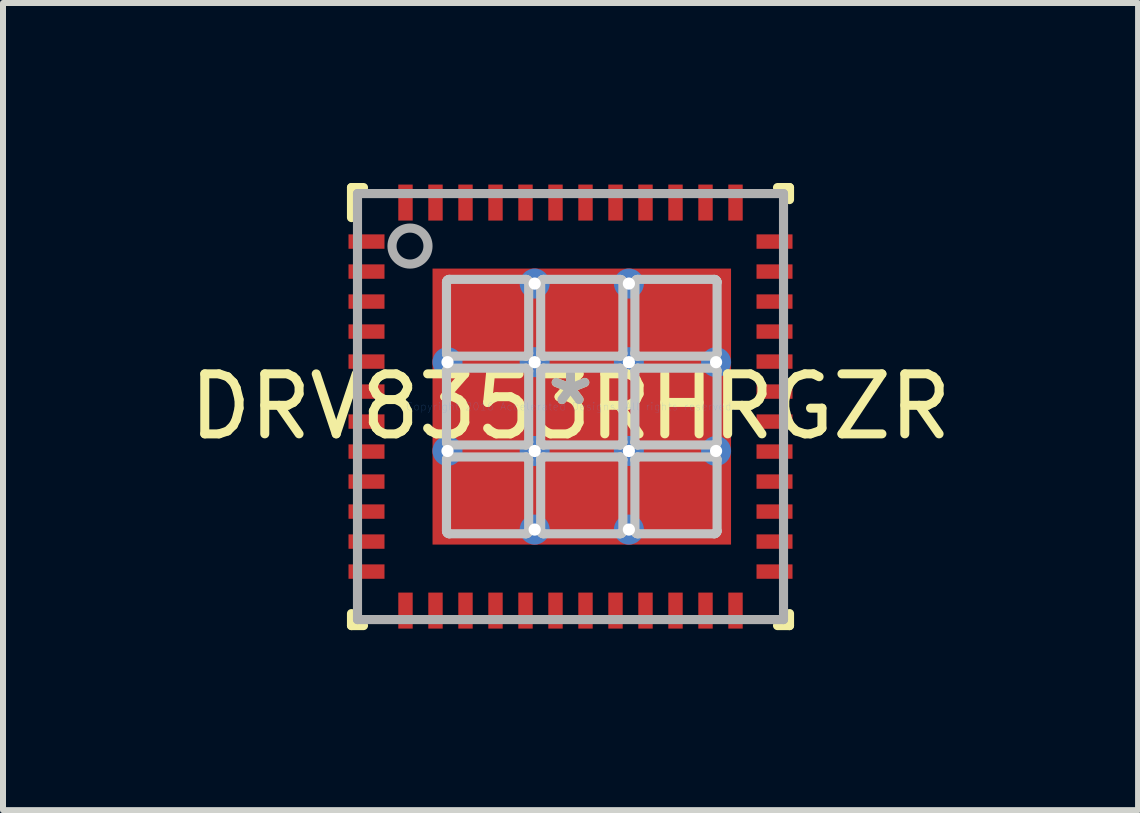
<source format=kicad_pcb>
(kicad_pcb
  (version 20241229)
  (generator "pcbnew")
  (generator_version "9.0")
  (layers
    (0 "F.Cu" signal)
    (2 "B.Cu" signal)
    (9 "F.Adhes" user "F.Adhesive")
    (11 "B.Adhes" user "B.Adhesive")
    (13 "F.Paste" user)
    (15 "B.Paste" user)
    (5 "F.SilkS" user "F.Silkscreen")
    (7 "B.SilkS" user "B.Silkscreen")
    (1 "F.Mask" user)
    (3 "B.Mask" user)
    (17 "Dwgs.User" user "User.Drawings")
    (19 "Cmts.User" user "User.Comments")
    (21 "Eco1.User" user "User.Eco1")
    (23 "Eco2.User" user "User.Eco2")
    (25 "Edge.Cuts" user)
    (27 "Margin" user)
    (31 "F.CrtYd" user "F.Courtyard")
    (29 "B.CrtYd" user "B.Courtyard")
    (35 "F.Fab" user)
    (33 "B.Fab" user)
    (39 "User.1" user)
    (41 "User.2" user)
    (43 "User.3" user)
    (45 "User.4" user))
  (footprint "DRV8353RHRGZR"
    (layer "F.Cu")
    (at 6.458 3.726)
    (property "Reference" "DRV8353RHRGZR" (at 0 0 0) (layer "F.SilkS") (effects (font (size 1 1) (thickness 0.15))))
    (attr through_hole)
    (fp_line (start -3.65 -3.65) (end -3.45 -3.65) (stroke (width 0.152) (type solid)) (layer "F.SilkS"))
    (fp_line (start -3.65 -3.15) (end -3.65 -3.65) (stroke (width 0.152) (type solid)) (layer "F.SilkS"))
    (fp_line (start -3.65 3.65) (end -3.65 3.45) (stroke (width 0.152) (type solid)) (layer "F.SilkS"))
    (fp_line (start -3.65 3.65) (end -3.45 3.65) (stroke (width 0.152) (type solid)) (layer "F.SilkS"))
    (fp_line (start 3.45 -3.65) (end 3.65 -3.65) (stroke (width 0.152) (type solid)) (layer "F.SilkS"))
    (fp_line (start 3.45 3.65) (end 3.65 3.65) (stroke (width 0.152) (type solid)) (layer "F.SilkS"))
    (fp_line (start 3.65 -3.45) (end 3.65 -3.65) (stroke (width 0.152) (type solid)) (layer "F.SilkS"))
    (fp_line (start 3.65 3.65) (end 3.65 3.45) (stroke (width 0.152) (type solid)) (layer "F.SilkS"))
    (fp_poly (pts (xy -2.07 -0.84) (xy -0.7 -0.84) (xy -0.7 -2.12) (xy -2.07 -2.12)) (stroke (width 0.001) (type solid)) (fill yes) (layer "F.Paste"))
    (fp_poly (pts (xy -2.07 0.64) (xy -0.7 0.64) (xy -0.7 -0.64) (xy -2.07 -0.64)) (stroke (width 0.001) (type solid)) (fill yes) (layer "F.Paste"))
    (fp_poly (pts (xy -2.07 2.12) (xy -0.7 2.12) (xy -0.7 0.84) (xy -2.07 0.84)) (stroke (width 0.001) (type solid)) (fill yes) (layer "F.Paste"))
    (fp_poly (pts (xy -0.5 -0.84) (xy 0.87 -0.84) (xy 0.87 -2.12) (xy -0.5 -2.12)) (stroke (width 0.001) (type solid)) (fill yes) (layer "F.Paste"))
    (fp_poly (pts (xy -0.5 0.64) (xy 0.87 0.64) (xy 0.87 -0.64) (xy -0.5 -0.64)) (stroke (width 0.001) (type solid)) (fill yes) (layer "F.Paste"))
    (fp_poly (pts (xy -0.5 2.12) (xy 0.87 2.12) (xy 0.87 0.84) (xy -0.5 0.84)) (stroke (width 0.001) (type solid)) (fill yes) (layer "F.Paste"))
    (fp_poly (pts (xy 1.07 -0.84) (xy 2.44 -0.84) (xy 2.44 -2.12) (xy 1.07 -2.12)) (stroke (width 0.001) (type solid)) (fill yes) (layer "F.Paste"))
    (fp_poly (pts (xy 1.07 0.64) (xy 2.44 0.64) (xy 2.44 -0.64) (xy 1.07 -0.64)) (stroke (width 0.001) (type solid)) (fill yes) (layer "F.Paste"))
    (fp_poly (pts (xy 1.07 2.12) (xy 2.44 2.12) (xy 2.44 0.84) (xy 1.07 0.84)) (stroke (width 0.001) (type solid)) (fill yes) (layer "F.Paste"))
    (fp_line (start -2.067 -2.069) (end -2.066 -2.079) (stroke (width 0.152) (type solid)) (layer "Dwgs.User"))
    (fp_line (start -2.067 -0.891) (end -2.067 -2.069) (stroke (width 0.152) (type solid)) (layer "Dwgs.User"))
    (fp_line (start -2.067 -0.589) (end -2.066 -0.599) (stroke (width 0.152) (type solid)) (layer "Dwgs.User"))
    (fp_line (start -2.067 0.589) (end -2.067 -0.589) (stroke (width 0.152) (type solid)) (layer "Dwgs.User"))
    (fp_line (start -2.067 0.891) (end -2.066 0.881) (stroke (width 0.152) (type solid)) (layer "Dwgs.User"))
    (fp_line (start -2.067 2.069) (end -2.067 0.891) (stroke (width 0.152) (type solid)) (layer "Dwgs.User"))
    (fp_line (start -2.066 -2.079) (end -2.063 -2.088) (stroke (width 0.152) (type solid)) (layer "Dwgs.User"))
    (fp_line (start -2.066 -0.881) (end -2.067 -0.891) (stroke (width 0.152) (type solid)) (layer "Dwgs.User"))
    (fp_line (start -2.066 -0.599) (end -2.063 -0.608) (stroke (width 0.152) (type solid)) (layer "Dwgs.User"))
    (fp_line (start -2.066 0.599) (end -2.067 0.589) (stroke (width 0.152) (type solid)) (layer "Dwgs.User"))
    (fp_line (start -2.066 0.881) (end -2.063 0.872) (stroke (width 0.152) (type solid)) (layer "Dwgs.User"))
    (fp_line (start -2.066 2.079) (end -2.067 2.069) (stroke (width 0.152) (type solid)) (layer "Dwgs.User"))
    (fp_line (start -2.063 -2.088) (end -2.058 -2.097) (stroke (width 0.152) (type solid)) (layer "Dwgs.User"))
    (fp_line (start -2.063 -0.872) (end -2.066 -0.881) (stroke (width 0.152) (type solid)) (layer "Dwgs.User"))
    (fp_line (start -2.063 -0.608) (end -2.058 -0.617) (stroke (width 0.152) (type solid)) (layer "Dwgs.User"))
    (fp_line (start -2.063 0.608) (end -2.066 0.599) (stroke (width 0.152) (type solid)) (layer "Dwgs.User"))
    (fp_line (start -2.063 0.872) (end -2.058 0.863) (stroke (width 0.152) (type solid)) (layer "Dwgs.User"))
    (fp_line (start -2.063 2.088) (end -2.066 2.079) (stroke (width 0.152) (type solid)) (layer "Dwgs.User"))
    (fp_line (start -2.058 -2.097) (end -2.052 -2.105) (stroke (width 0.152) (type solid)) (layer "Dwgs.User"))
    (fp_line (start -2.058 -0.863) (end -2.063 -0.872) (stroke (width 0.152) (type solid)) (layer "Dwgs.User"))
    (fp_line (start -2.058 -0.617) (end -2.052 -0.625) (stroke (width 0.152) (type solid)) (layer "Dwgs.User"))
    (fp_line (start -2.058 0.617) (end -2.063 0.608) (stroke (width 0.152) (type solid)) (layer "Dwgs.User"))
    (fp_line (start -2.058 0.863) (end -2.052 0.855) (stroke (width 0.152) (type solid)) (layer "Dwgs.User"))
    (fp_line (start -2.058 2.097) (end -2.063 2.088) (stroke (width 0.152) (type solid)) (layer "Dwgs.User"))
    (fp_line (start -2.052 -2.105) (end -2.044 -2.111) (stroke (width 0.152) (type solid)) (layer "Dwgs.User"))
    (fp_line (start -2.052 -0.855) (end -2.058 -0.863) (stroke (width 0.152) (type solid)) (layer "Dwgs.User"))
    (fp_line (start -2.052 -0.625) (end -2.044 -0.631) (stroke (width 0.152) (type solid)) (layer "Dwgs.User"))
    (fp_line (start -2.052 0.625) (end -2.058 0.617) (stroke (width 0.152) (type solid)) (layer "Dwgs.User"))
    (fp_line (start -2.052 0.855) (end -2.044 0.849) (stroke (width 0.152) (type solid)) (layer "Dwgs.User"))
    (fp_line (start -2.052 2.105) (end -2.058 2.097) (stroke (width 0.152) (type solid)) (layer "Dwgs.User"))
    (fp_line (start -2.044 -2.111) (end -2.035 -2.116) (stroke (width 0.152) (type solid)) (layer "Dwgs.User"))
    (fp_line (start -2.044 -0.849) (end -2.052 -0.855) (stroke (width 0.152) (type solid)) (layer "Dwgs.User"))
    (fp_line (start -2.044 -0.631) (end -2.035 -0.636) (stroke (width 0.152) (type solid)) (layer "Dwgs.User"))
    (fp_line (start -2.044 0.631) (end -2.052 0.625) (stroke (width 0.152) (type solid)) (layer "Dwgs.User"))
    (fp_line (start -2.044 0.849) (end -2.035 0.844) (stroke (width 0.152) (type solid)) (layer "Dwgs.User"))
    (fp_line (start -2.044 2.111) (end -2.052 2.105) (stroke (width 0.152) (type solid)) (layer "Dwgs.User"))
    (fp_line (start -2.035 -2.116) (end -2.026 -2.119) (stroke (width 0.152) (type solid)) (layer "Dwgs.User"))
    (fp_line (start -2.035 -0.844) (end -2.044 -0.849) (stroke (width 0.152) (type solid)) (layer "Dwgs.User"))
    (fp_line (start -2.035 -0.636) (end -2.026 -0.639) (stroke (width 0.152) (type solid)) (layer "Dwgs.User"))
    (fp_line (start -2.035 0.636) (end -2.044 0.631) (stroke (width 0.152) (type solid)) (layer "Dwgs.User"))
    (fp_line (start -2.035 0.844) (end -2.026 0.841) (stroke (width 0.152) (type solid)) (layer "Dwgs.User"))
    (fp_line (start -2.035 2.116) (end -2.044 2.111) (stroke (width 0.152) (type solid)) (layer "Dwgs.User"))
    (fp_line (start -2.026 -2.119) (end -2.016 -2.12) (stroke (width 0.152) (type solid)) (layer "Dwgs.User"))
    (fp_line (start -2.026 -0.841) (end -2.035 -0.844) (stroke (width 0.152) (type solid)) (layer "Dwgs.User"))
    (fp_line (start -2.026 -0.639) (end -2.016 -0.64) (stroke (width 0.152) (type solid)) (layer "Dwgs.User"))
    (fp_line (start -2.026 0.639) (end -2.035 0.636) (stroke (width 0.152) (type solid)) (layer "Dwgs.User"))
    (fp_line (start -2.026 0.841) (end -2.016 0.84) (stroke (width 0.152) (type solid)) (layer "Dwgs.User"))
    (fp_line (start -2.026 2.119) (end -2.035 2.116) (stroke (width 0.152) (type solid)) (layer "Dwgs.User"))
    (fp_line (start -2.016 -2.12) (end -0.748 -2.12) (stroke (width 0.152) (type solid)) (layer "Dwgs.User"))
    (fp_line (start -2.016 -0.84) (end -2.026 -0.841) (stroke (width 0.152) (type solid)) (layer "Dwgs.User"))
    (fp_line (start -2.016 -0.64) (end -0.748 -0.64) (stroke (width 0.152) (type solid)) (layer "Dwgs.User"))
    (fp_line (start -2.016 0.64) (end -2.026 0.639) (stroke (width 0.152) (type solid)) (layer "Dwgs.User"))
    (fp_line (start -2.016 0.84) (end -0.748 0.84) (stroke (width 0.152) (type solid)) (layer "Dwgs.User"))
    (fp_line (start -2.016 2.12) (end -2.026 2.119) (stroke (width 0.152) (type solid)) (layer "Dwgs.User"))
    (fp_line (start -0.748 -2.12) (end -0.738 -2.119) (stroke (width 0.152) (type solid)) (layer "Dwgs.User"))
    (fp_line (start -0.748 -0.84) (end -2.016 -0.84) (stroke (width 0.152) (type solid)) (layer "Dwgs.User"))
    (fp_line (start -0.748 -0.64) (end -0.738 -0.639) (stroke (width 0.152) (type solid)) (layer "Dwgs.User"))
    (fp_line (start -0.748 0.64) (end -2.016 0.64) (stroke (width 0.152) (type solid)) (layer "Dwgs.User"))
    (fp_line (start -0.748 0.84) (end -0.738 0.841) (stroke (width 0.152) (type solid)) (layer "Dwgs.User"))
    (fp_line (start -0.748 2.12) (end -2.016 2.12) (stroke (width 0.152) (type solid)) (layer "Dwgs.User"))
    (fp_line (start -0.738 -2.119) (end -0.729 -2.116) (stroke (width 0.152) (type solid)) (layer "Dwgs.User"))
    (fp_line (start -0.738 -0.841) (end -0.748 -0.84) (stroke (width 0.152) (type solid)) (layer "Dwgs.User"))
    (fp_line (start -0.738 -0.639) (end -0.729 -0.636) (stroke (width 0.152) (type solid)) (layer "Dwgs.User"))
    (fp_line (start -0.738 0.639) (end -0.748 0.64) (stroke (width 0.152) (type solid)) (layer "Dwgs.User"))
    (fp_line (start -0.738 0.841) (end -0.729 0.844) (stroke (width 0.152) (type solid)) (layer "Dwgs.User"))
    (fp_line (start -0.738 2.119) (end -0.748 2.12) (stroke (width 0.152) (type solid)) (layer "Dwgs.User"))
    (fp_line (start -0.729 -2.116) (end -0.72 -2.111) (stroke (width 0.152) (type solid)) (layer "Dwgs.User"))
    (fp_line (start -0.729 -0.844) (end -0.738 -0.841) (stroke (width 0.152) (type solid)) (layer "Dwgs.User"))
    (fp_line (start -0.729 -0.636) (end -0.72 -0.631) (stroke (width 0.152) (type solid)) (layer "Dwgs.User"))
    (fp_line (start -0.729 0.636) (end -0.738 0.639) (stroke (width 0.152) (type solid)) (layer "Dwgs.User"))
    (fp_line (start -0.729 0.844) (end -0.72 0.849) (stroke (width 0.152) (type solid)) (layer "Dwgs.User"))
    (fp_line (start -0.729 2.116) (end -0.738 2.119) (stroke (width 0.152) (type solid)) (layer "Dwgs.User"))
    (fp_line (start -0.72 -2.111) (end -0.712 -2.105) (stroke (width 0.152) (type solid)) (layer "Dwgs.User"))
    (fp_line (start -0.72 -0.849) (end -0.729 -0.844) (stroke (width 0.152) (type solid)) (layer "Dwgs.User"))
    (fp_line (start -0.72 -0.631) (end -0.712 -0.625) (stroke (width 0.152) (type solid)) (layer "Dwgs.User"))
    (fp_line (start -0.72 0.631) (end -0.729 0.636) (stroke (width 0.152) (type solid)) (layer "Dwgs.User"))
    (fp_line (start -0.72 0.849) (end -0.712 0.855) (stroke (width 0.152) (type solid)) (layer "Dwgs.User"))
    (fp_line (start -0.72 2.111) (end -0.729 2.116) (stroke (width 0.152) (type solid)) (layer "Dwgs.User"))
    (fp_line (start -0.712 -2.105) (end -0.706 -2.097) (stroke (width 0.152) (type solid)) (layer "Dwgs.User"))
    (fp_line (start -0.712 -0.855) (end -0.72 -0.849) (stroke (width 0.152) (type solid)) (layer "Dwgs.User"))
    (fp_line (start -0.712 -0.625) (end -0.706 -0.617) (stroke (width 0.152) (type solid)) (layer "Dwgs.User"))
    (fp_line (start -0.712 0.625) (end -0.72 0.631) (stroke (width 0.152) (type solid)) (layer "Dwgs.User"))
    (fp_line (start -0.712 0.855) (end -0.706 0.863) (stroke (width 0.152) (type solid)) (layer "Dwgs.User"))
    (fp_line (start -0.712 2.105) (end -0.72 2.111) (stroke (width 0.152) (type solid)) (layer "Dwgs.User"))
    (fp_line (start -0.706 -2.097) (end -0.701 -2.088) (stroke (width 0.152) (type solid)) (layer "Dwgs.User"))
    (fp_line (start -0.706 -0.863) (end -0.712 -0.855) (stroke (width 0.152) (type solid)) (layer "Dwgs.User"))
    (fp_line (start -0.706 -0.617) (end -0.701 -0.608) (stroke (width 0.152) (type solid)) (layer "Dwgs.User"))
    (fp_line (start -0.706 0.617) (end -0.712 0.625) (stroke (width 0.152) (type solid)) (layer "Dwgs.User"))
    (fp_line (start -0.706 0.863) (end -0.701 0.872) (stroke (width 0.152) (type solid)) (layer "Dwgs.User"))
    (fp_line (start -0.706 2.097) (end -0.712 2.105) (stroke (width 0.152) (type solid)) (layer "Dwgs.User"))
    (fp_line (start -0.701 -2.088) (end -0.698 -2.079) (stroke (width 0.152) (type solid)) (layer "Dwgs.User"))
    (fp_line (start -0.701 -0.872) (end -0.706 -0.863) (stroke (width 0.152) (type solid)) (layer "Dwgs.User"))
    (fp_line (start -0.701 -0.608) (end -0.698 -0.599) (stroke (width 0.152) (type solid)) (layer "Dwgs.User"))
    (fp_line (start -0.701 0.608) (end -0.706 0.617) (stroke (width 0.152) (type solid)) (layer "Dwgs.User"))
    (fp_line (start -0.701 0.872) (end -0.698 0.881) (stroke (width 0.152) (type solid)) (layer "Dwgs.User"))
    (fp_line (start -0.701 2.088) (end -0.706 2.097) (stroke (width 0.152) (type solid)) (layer "Dwgs.User"))
    (fp_line (start -0.698 -2.079) (end -0.697 -2.069) (stroke (width 0.152) (type solid)) (layer "Dwgs.User"))
    (fp_line (start -0.698 -0.881) (end -0.701 -0.872) (stroke (width 0.152) (type solid)) (layer "Dwgs.User"))
    (fp_line (start -0.698 -0.599) (end -0.697 -0.589) (stroke (width 0.152) (type solid)) (layer "Dwgs.User"))
    (fp_line (start -0.698 0.599) (end -0.701 0.608) (stroke (width 0.152) (type solid)) (layer "Dwgs.User"))
    (fp_line (start -0.698 0.881) (end -0.697 0.891) (stroke (width 0.152) (type solid)) (layer "Dwgs.User"))
    (fp_line (start -0.698 2.079) (end -0.701 2.088) (stroke (width 0.152) (type solid)) (layer "Dwgs.User"))
    (fp_line (start -0.697 -2.069) (end -0.697 -0.891) (stroke (width 0.152) (type solid)) (layer "Dwgs.User"))
    (fp_line (start -0.697 -0.891) (end -0.698 -0.881) (stroke (width 0.152) (type solid)) (layer "Dwgs.User"))
    (fp_line (start -0.697 -0.589) (end -0.697 0.589) (stroke (width 0.152) (type solid)) (layer "Dwgs.User"))
    (fp_line (start -0.697 0.589) (end -0.698 0.599) (stroke (width 0.152) (type solid)) (layer "Dwgs.User"))
    (fp_line (start -0.697 0.891) (end -0.697 2.069) (stroke (width 0.152) (type solid)) (layer "Dwgs.User"))
    (fp_line (start -0.697 2.069) (end -0.698 2.079) (stroke (width 0.152) (type solid)) (layer "Dwgs.User"))
    (fp_line (start -0.497 -2.069) (end -0.496 -2.079) (stroke (width 0.152) (type solid)) (layer "Dwgs.User"))
    (fp_line (start -0.497 -0.891) (end -0.497 -2.069) (stroke (width 0.152) (type solid)) (layer "Dwgs.User"))
    (fp_line (start -0.497 -0.589) (end -0.496 -0.599) (stroke (width 0.152) (type solid)) (layer "Dwgs.User"))
    (fp_line (start -0.497 0.589) (end -0.497 -0.589) (stroke (width 0.152) (type solid)) (layer "Dwgs.User"))
    (fp_line (start -0.497 0.891) (end -0.496 0.881) (stroke (width 0.152) (type solid)) (layer "Dwgs.User"))
    (fp_line (start -0.497 2.069) (end -0.497 0.891) (stroke (width 0.152) (type solid)) (layer "Dwgs.User"))
    (fp_line (start -0.496 -2.079) (end -0.493 -2.088) (stroke (width 0.152) (type solid)) (layer "Dwgs.User"))
    (fp_line (start -0.496 -0.881) (end -0.497 -0.891) (stroke (width 0.152) (type solid)) (layer "Dwgs.User"))
    (fp_line (start -0.496 -0.599) (end -0.493 -0.608) (stroke (width 0.152) (type solid)) (layer "Dwgs.User"))
    (fp_line (start -0.496 0.599) (end -0.497 0.589) (stroke (width 0.152) (type solid)) (layer "Dwgs.User"))
    (fp_line (start -0.496 0.881) (end -0.493 0.872) (stroke (width 0.152) (type solid)) (layer "Dwgs.User"))
    (fp_line (start -0.496 2.079) (end -0.497 2.069) (stroke (width 0.152) (type solid)) (layer "Dwgs.User"))
    (fp_line (start -0.493 -2.088) (end -0.488 -2.097) (stroke (width 0.152) (type solid)) (layer "Dwgs.User"))
    (fp_line (start -0.493 -0.872) (end -0.496 -0.881) (stroke (width 0.152) (type solid)) (layer "Dwgs.User"))
    (fp_line (start -0.493 -0.608) (end -0.488 -0.617) (stroke (width 0.152) (type solid)) (layer "Dwgs.User"))
    (fp_line (start -0.493 0.608) (end -0.496 0.599) (stroke (width 0.152) (type solid)) (layer "Dwgs.User"))
    (fp_line (start -0.493 0.872) (end -0.488 0.863) (stroke (width 0.152) (type solid)) (layer "Dwgs.User"))
    (fp_line (start -0.493 2.088) (end -0.496 2.079) (stroke (width 0.152) (type solid)) (layer "Dwgs.User"))
    (fp_line (start -0.488 -2.097) (end -0.482 -2.105) (stroke (width 0.152) (type solid)) (layer "Dwgs.User"))
    (fp_line (start -0.488 -0.863) (end -0.493 -0.872) (stroke (width 0.152) (type solid)) (layer "Dwgs.User"))
    (fp_line (start -0.488 -0.617) (end -0.482 -0.625) (stroke (width 0.152) (type solid)) (layer "Dwgs.User"))
    (fp_line (start -0.488 0.617) (end -0.493 0.608) (stroke (width 0.152) (type solid)) (layer "Dwgs.User"))
    (fp_line (start -0.488 0.863) (end -0.482 0.855) (stroke (width 0.152) (type solid)) (layer "Dwgs.User"))
    (fp_line (start -0.488 2.097) (end -0.493 2.088) (stroke (width 0.152) (type solid)) (layer "Dwgs.User"))
    (fp_line (start -0.482 -2.105) (end -0.474 -2.111) (stroke (width 0.152) (type solid)) (layer "Dwgs.User"))
    (fp_line (start -0.482 -0.855) (end -0.488 -0.863) (stroke (width 0.152) (type solid)) (layer "Dwgs.User"))
    (fp_line (start -0.482 -0.625) (end -0.474 -0.631) (stroke (width 0.152) (type solid)) (layer "Dwgs.User"))
    (fp_line (start -0.482 0.625) (end -0.488 0.617) (stroke (width 0.152) (type solid)) (layer "Dwgs.User"))
    (fp_line (start -0.482 0.855) (end -0.474 0.849) (stroke (width 0.152) (type solid)) (layer "Dwgs.User"))
    (fp_line (start -0.482 2.105) (end -0.488 2.097) (stroke (width 0.152) (type solid)) (layer "Dwgs.User"))
    (fp_line (start -0.474 -2.111) (end -0.465 -2.116) (stroke (width 0.152) (type solid)) (layer "Dwgs.User"))
    (fp_line (start -0.474 -0.849) (end -0.482 -0.855) (stroke (width 0.152) (type solid)) (layer "Dwgs.User"))
    (fp_line (start -0.474 -0.631) (end -0.465 -0.636) (stroke (width 0.152) (type solid)) (layer "Dwgs.User"))
    (fp_line (start -0.474 0.631) (end -0.482 0.625) (stroke (width 0.152) (type solid)) (layer "Dwgs.User"))
    (fp_line (start -0.474 0.849) (end -0.465 0.844) (stroke (width 0.152) (type solid)) (layer "Dwgs.User"))
    (fp_line (start -0.474 2.111) (end -0.482 2.105) (stroke (width 0.152) (type solid)) (layer "Dwgs.User"))
    (fp_line (start -0.465 -2.116) (end -0.456 -2.119) (stroke (width 0.152) (type solid)) (layer "Dwgs.User"))
    (fp_line (start -0.465 -0.844) (end -0.474 -0.849) (stroke (width 0.152) (type solid)) (layer "Dwgs.User"))
    (fp_line (start -0.465 -0.636) (end -0.456 -0.639) (stroke (width 0.152) (type solid)) (layer "Dwgs.User"))
    (fp_line (start -0.465 0.636) (end -0.474 0.631) (stroke (width 0.152) (type solid)) (layer "Dwgs.User"))
    (fp_line (start -0.465 0.844) (end -0.456 0.841) (stroke (width 0.152) (type solid)) (layer "Dwgs.User"))
    (fp_line (start -0.465 2.116) (end -0.474 2.111) (stroke (width 0.152) (type solid)) (layer "Dwgs.User"))
    (fp_line (start -0.456 -2.119) (end -0.446 -2.12) (stroke (width 0.152) (type solid)) (layer "Dwgs.User"))
    (fp_line (start -0.456 -0.841) (end -0.465 -0.844) (stroke (width 0.152) (type solid)) (layer "Dwgs.User"))
    (fp_line (start -0.456 -0.639) (end -0.446 -0.64) (stroke (width 0.152) (type solid)) (layer "Dwgs.User"))
    (fp_line (start -0.456 0.639) (end -0.465 0.636) (stroke (width 0.152) (type solid)) (layer "Dwgs.User"))
    (fp_line (start -0.456 0.841) (end -0.446 0.84) (stroke (width 0.152) (type solid)) (layer "Dwgs.User"))
    (fp_line (start -0.456 2.119) (end -0.465 2.116) (stroke (width 0.152) (type solid)) (layer "Dwgs.User"))
    (fp_line (start -0.446 -2.12) (end 0.822 -2.12) (stroke (width 0.152) (type solid)) (layer "Dwgs.User"))
    (fp_line (start -0.446 -0.84) (end -0.456 -0.841) (stroke (width 0.152) (type solid)) (layer "Dwgs.User"))
    (fp_line (start -0.446 -0.64) (end 0.822 -0.64) (stroke (width 0.152) (type solid)) (layer "Dwgs.User"))
    (fp_line (start -0.446 0.64) (end -0.456 0.639) (stroke (width 0.152) (type solid)) (layer "Dwgs.User"))
    (fp_line (start -0.446 0.84) (end 0.822 0.84) (stroke (width 0.152) (type solid)) (layer "Dwgs.User"))
    (fp_line (start -0.446 2.12) (end -0.456 2.119) (stroke (width 0.152) (type solid)) (layer "Dwgs.User"))
    (fp_line (start 0.822 -2.12) (end 0.832 -2.119) (stroke (width 0.152) (type solid)) (layer "Dwgs.User"))
    (fp_line (start 0.822 -0.84) (end -0.446 -0.84) (stroke (width 0.152) (type solid)) (layer "Dwgs.User"))
    (fp_line (start 0.822 -0.64) (end 0.832 -0.639) (stroke (width 0.152) (type solid)) (layer "Dwgs.User"))
    (fp_line (start 0.822 0.64) (end -0.446 0.64) (stroke (width 0.152) (type solid)) (layer "Dwgs.User"))
    (fp_line (start 0.822 0.84) (end 0.832 0.841) (stroke (width 0.152) (type solid)) (layer "Dwgs.User"))
    (fp_line (start 0.822 2.12) (end -0.446 2.12) (stroke (width 0.152) (type solid)) (layer "Dwgs.User"))
    (fp_line (start 0.832 -2.119) (end 0.841 -2.116) (stroke (width 0.152) (type solid)) (layer "Dwgs.User"))
    (fp_line (start 0.832 -0.841) (end 0.822 -0.84) (stroke (width 0.152) (type solid)) (layer "Dwgs.User"))
    (fp_line (start 0.832 -0.639) (end 0.841 -0.636) (stroke (width 0.152) (type solid)) (layer "Dwgs.User"))
    (fp_line (start 0.832 0.639) (end 0.822 0.64) (stroke (width 0.152) (type solid)) (layer "Dwgs.User"))
    (fp_line (start 0.832 0.841) (end 0.841 0.844) (stroke (width 0.152) (type solid)) (layer "Dwgs.User"))
    (fp_line (start 0.832 2.119) (end 0.822 2.12) (stroke (width 0.152) (type solid)) (layer "Dwgs.User"))
    (fp_line (start 0.841 -2.116) (end 0.85 -2.111) (stroke (width 0.152) (type solid)) (layer "Dwgs.User"))
    (fp_line (start 0.841 -0.844) (end 0.832 -0.841) (stroke (width 0.152) (type solid)) (layer "Dwgs.User"))
    (fp_line (start 0.841 -0.636) (end 0.85 -0.631) (stroke (width 0.152) (type solid)) (layer "Dwgs.User"))
    (fp_line (start 0.841 0.636) (end 0.832 0.639) (stroke (width 0.152) (type solid)) (layer "Dwgs.User"))
    (fp_line (start 0.841 0.844) (end 0.85 0.849) (stroke (width 0.152) (type solid)) (layer "Dwgs.User"))
    (fp_line (start 0.841 2.116) (end 0.832 2.119) (stroke (width 0.152) (type solid)) (layer "Dwgs.User"))
    (fp_line (start 0.85 -2.111) (end 0.858 -2.105) (stroke (width 0.152) (type solid)) (layer "Dwgs.User"))
    (fp_line (start 0.85 -0.849) (end 0.841 -0.844) (stroke (width 0.152) (type solid)) (layer "Dwgs.User"))
    (fp_line (start 0.85 -0.631) (end 0.858 -0.625) (stroke (width 0.152) (type solid)) (layer "Dwgs.User"))
    (fp_line (start 0.85 0.631) (end 0.841 0.636) (stroke (width 0.152) (type solid)) (layer "Dwgs.User"))
    (fp_line (start 0.85 0.849) (end 0.858 0.855) (stroke (width 0.152) (type solid)) (layer "Dwgs.User"))
    (fp_line (start 0.85 2.111) (end 0.841 2.116) (stroke (width 0.152) (type solid)) (layer "Dwgs.User"))
    (fp_line (start 0.858 -2.105) (end 0.864 -2.097) (stroke (width 0.152) (type solid)) (layer "Dwgs.User"))
    (fp_line (start 0.858 -0.855) (end 0.85 -0.849) (stroke (width 0.152) (type solid)) (layer "Dwgs.User"))
    (fp_line (start 0.858 -0.625) (end 0.864 -0.617) (stroke (width 0.152) (type solid)) (layer "Dwgs.User"))
    (fp_line (start 0.858 0.625) (end 0.85 0.631) (stroke (width 0.152) (type solid)) (layer "Dwgs.User"))
    (fp_line (start 0.858 0.855) (end 0.864 0.863) (stroke (width 0.152) (type solid)) (layer "Dwgs.User"))
    (fp_line (start 0.858 2.105) (end 0.85 2.111) (stroke (width 0.152) (type solid)) (layer "Dwgs.User"))
    (fp_line (start 0.864 -2.097) (end 0.869 -2.088) (stroke (width 0.152) (type solid)) (layer "Dwgs.User"))
    (fp_line (start 0.864 -0.863) (end 0.858 -0.855) (stroke (width 0.152) (type solid)) (layer "Dwgs.User"))
    (fp_line (start 0.864 -0.617) (end 0.869 -0.608) (stroke (width 0.152) (type solid)) (layer "Dwgs.User"))
    (fp_line (start 0.864 0.617) (end 0.858 0.625) (stroke (width 0.152) (type solid)) (layer "Dwgs.User"))
    (fp_line (start 0.864 0.863) (end 0.869 0.872) (stroke (width 0.152) (type solid)) (layer "Dwgs.User"))
    (fp_line (start 0.864 2.097) (end 0.858 2.105) (stroke (width 0.152) (type solid)) (layer "Dwgs.User"))
    (fp_line (start 0.869 -2.088) (end 0.872 -2.079) (stroke (width 0.152) (type solid)) (layer "Dwgs.User"))
    (fp_line (start 0.869 -0.872) (end 0.864 -0.863) (stroke (width 0.152) (type solid)) (layer "Dwgs.User"))
    (fp_line (start 0.869 -0.608) (end 0.872 -0.599) (stroke (width 0.152) (type solid)) (layer "Dwgs.User"))
    (fp_line (start 0.869 0.608) (end 0.864 0.617) (stroke (width 0.152) (type solid)) (layer "Dwgs.User"))
    (fp_line (start 0.869 0.872) (end 0.872 0.881) (stroke (width 0.152) (type solid)) (layer "Dwgs.User"))
    (fp_line (start 0.869 2.088) (end 0.864 2.097) (stroke (width 0.152) (type solid)) (layer "Dwgs.User"))
    (fp_line (start 0.872 -2.079) (end 0.873 -2.069) (stroke (width 0.152) (type solid)) (layer "Dwgs.User"))
    (fp_line (start 0.872 -0.881) (end 0.869 -0.872) (stroke (width 0.152) (type solid)) (layer "Dwgs.User"))
    (fp_line (start 0.872 -0.599) (end 0.873 -0.589) (stroke (width 0.152) (type solid)) (layer "Dwgs.User"))
    (fp_line (start 0.872 0.599) (end 0.869 0.608) (stroke (width 0.152) (type solid)) (layer "Dwgs.User"))
    (fp_line (start 0.872 0.881) (end 0.873 0.891) (stroke (width 0.152) (type solid)) (layer "Dwgs.User"))
    (fp_line (start 0.872 2.079) (end 0.869 2.088) (stroke (width 0.152) (type solid)) (layer "Dwgs.User"))
    (fp_line (start 0.873 -2.069) (end 0.873 -0.891) (stroke (width 0.152) (type solid)) (layer "Dwgs.User"))
    (fp_line (start 0.873 -0.891) (end 0.872 -0.881) (stroke (width 0.152) (type solid)) (layer "Dwgs.User"))
    (fp_line (start 0.873 -0.589) (end 0.873 0.589) (stroke (width 0.152) (type solid)) (layer "Dwgs.User"))
    (fp_line (start 0.873 0.589) (end 0.872 0.599) (stroke (width 0.152) (type solid)) (layer "Dwgs.User"))
    (fp_line (start 0.873 0.891) (end 0.873 2.069) (stroke (width 0.152) (type solid)) (layer "Dwgs.User"))
    (fp_line (start 0.873 2.069) (end 0.872 2.079) (stroke (width 0.152) (type solid)) (layer "Dwgs.User"))
    (fp_line (start 1.073 -2.069) (end 1.074 -2.079) (stroke (width 0.152) (type solid)) (layer "Dwgs.User"))
    (fp_line (start 1.073 -0.891) (end 1.073 -2.069) (stroke (width 0.152) (type solid)) (layer "Dwgs.User"))
    (fp_line (start 1.073 -0.589) (end 1.074 -0.599) (stroke (width 0.152) (type solid)) (layer "Dwgs.User"))
    (fp_line (start 1.073 0.589) (end 1.073 -0.589) (stroke (width 0.152) (type solid)) (layer "Dwgs.User"))
    (fp_line (start 1.073 0.891) (end 1.074 0.881) (stroke (width 0.152) (type solid)) (layer "Dwgs.User"))
    (fp_line (start 1.073 2.069) (end 1.073 0.891) (stroke (width 0.152) (type solid)) (layer "Dwgs.User"))
    (fp_line (start 1.074 -2.079) (end 1.077 -2.088) (stroke (width 0.152) (type solid)) (layer "Dwgs.User"))
    (fp_line (start 1.074 -0.881) (end 1.073 -0.891) (stroke (width 0.152) (type solid)) (layer "Dwgs.User"))
    (fp_line (start 1.074 -0.599) (end 1.077 -0.608) (stroke (width 0.152) (type solid)) (layer "Dwgs.User"))
    (fp_line (start 1.074 0.599) (end 1.073 0.589) (stroke (width 0.152) (type solid)) (layer "Dwgs.User"))
    (fp_line (start 1.074 0.881) (end 1.077 0.872) (stroke (width 0.152) (type solid)) (layer "Dwgs.User"))
    (fp_line (start 1.074 2.079) (end 1.073 2.069) (stroke (width 0.152) (type solid)) (layer "Dwgs.User"))
    (fp_line (start 1.077 -2.088) (end 1.082 -2.097) (stroke (width 0.152) (type solid)) (layer "Dwgs.User"))
    (fp_line (start 1.077 -0.872) (end 1.074 -0.881) (stroke (width 0.152) (type solid)) (layer "Dwgs.User"))
    (fp_line (start 1.077 -0.608) (end 1.082 -0.617) (stroke (width 0.152) (type solid)) (layer "Dwgs.User"))
    (fp_line (start 1.077 0.608) (end 1.074 0.599) (stroke (width 0.152) (type solid)) (layer "Dwgs.User"))
    (fp_line (start 1.077 0.872) (end 1.082 0.863) (stroke (width 0.152) (type solid)) (layer "Dwgs.User"))
    (fp_line (start 1.077 2.088) (end 1.074 2.079) (stroke (width 0.152) (type solid)) (layer "Dwgs.User"))
    (fp_line (start 1.082 -2.097) (end 1.088 -2.105) (stroke (width 0.152) (type solid)) (layer "Dwgs.User"))
    (fp_line (start 1.082 -0.863) (end 1.077 -0.872) (stroke (width 0.152) (type solid)) (layer "Dwgs.User"))
    (fp_line (start 1.082 -0.617) (end 1.088 -0.625) (stroke (width 0.152) (type solid)) (layer "Dwgs.User"))
    (fp_line (start 1.082 0.617) (end 1.077 0.608) (stroke (width 0.152) (type solid)) (layer "Dwgs.User"))
    (fp_line (start 1.082 0.863) (end 1.088 0.855) (stroke (width 0.152) (type solid)) (layer "Dwgs.User"))
    (fp_line (start 1.082 2.097) (end 1.077 2.088) (stroke (width 0.152) (type solid)) (layer "Dwgs.User"))
    (fp_line (start 1.088 -2.105) (end 1.096 -2.111) (stroke (width 0.152) (type solid)) (layer "Dwgs.User"))
    (fp_line (start 1.088 -0.855) (end 1.082 -0.863) (stroke (width 0.152) (type solid)) (layer "Dwgs.User"))
    (fp_line (start 1.088 -0.625) (end 1.096 -0.631) (stroke (width 0.152) (type solid)) (layer "Dwgs.User"))
    (fp_line (start 1.088 0.625) (end 1.082 0.617) (stroke (width 0.152) (type solid)) (layer "Dwgs.User"))
    (fp_line (start 1.088 0.855) (end 1.096 0.849) (stroke (width 0.152) (type solid)) (layer "Dwgs.User"))
    (fp_line (start 1.088 2.105) (end 1.082 2.097) (stroke (width 0.152) (type solid)) (layer "Dwgs.User"))
    (fp_line (start 1.096 -2.111) (end 1.105 -2.116) (stroke (width 0.152) (type solid)) (layer "Dwgs.User"))
    (fp_line (start 1.096 -0.849) (end 1.088 -0.855) (stroke (width 0.152) (type solid)) (layer "Dwgs.User"))
    (fp_line (start 1.096 -0.631) (end 1.105 -0.636) (stroke (width 0.152) (type solid)) (layer "Dwgs.User"))
    (fp_line (start 1.096 0.631) (end 1.088 0.625) (stroke (width 0.152) (type solid)) (layer "Dwgs.User"))
    (fp_line (start 1.096 0.849) (end 1.105 0.844) (stroke (width 0.152) (type solid)) (layer "Dwgs.User"))
    (fp_line (start 1.096 2.111) (end 1.088 2.105) (stroke (width 0.152) (type solid)) (layer "Dwgs.User"))
    (fp_line (start 1.105 -2.116) (end 1.114 -2.119) (stroke (width 0.152) (type solid)) (layer "Dwgs.User"))
    (fp_line (start 1.105 -0.844) (end 1.096 -0.849) (stroke (width 0.152) (type solid)) (layer "Dwgs.User"))
    (fp_line (start 1.105 -0.636) (end 1.114 -0.639) (stroke (width 0.152) (type solid)) (layer "Dwgs.User"))
    (fp_line (start 1.105 0.636) (end 1.096 0.631) (stroke (width 0.152) (type solid)) (layer "Dwgs.User"))
    (fp_line (start 1.105 0.844) (end 1.114 0.841) (stroke (width 0.152) (type solid)) (layer "Dwgs.User"))
    (fp_line (start 1.105 2.116) (end 1.096 2.111) (stroke (width 0.152) (type solid)) (layer "Dwgs.User"))
    (fp_line (start 1.114 -2.119) (end 1.124 -2.12) (stroke (width 0.152) (type solid)) (layer "Dwgs.User"))
    (fp_line (start 1.114 -0.841) (end 1.105 -0.844) (stroke (width 0.152) (type solid)) (layer "Dwgs.User"))
    (fp_line (start 1.114 -0.639) (end 1.124 -0.64) (stroke (width 0.152) (type solid)) (layer "Dwgs.User"))
    (fp_line (start 1.114 0.639) (end 1.105 0.636) (stroke (width 0.152) (type solid)) (layer "Dwgs.User"))
    (fp_line (start 1.114 0.841) (end 1.124 0.84) (stroke (width 0.152) (type solid)) (layer "Dwgs.User"))
    (fp_line (start 1.114 2.119) (end 1.105 2.116) (stroke (width 0.152) (type solid)) (layer "Dwgs.User"))
    (fp_line (start 1.124 -2.12) (end 2.392 -2.12) (stroke (width 0.152) (type solid)) (layer "Dwgs.User"))
    (fp_line (start 1.124 -0.84) (end 1.114 -0.841) (stroke (width 0.152) (type solid)) (layer "Dwgs.User"))
    (fp_line (start 1.124 -0.64) (end 2.392 -0.64) (stroke (width 0.152) (type solid)) (layer "Dwgs.User"))
    (fp_line (start 1.124 0.64) (end 1.114 0.639) (stroke (width 0.152) (type solid)) (layer "Dwgs.User"))
    (fp_line (start 1.124 0.84) (end 2.392 0.84) (stroke (width 0.152) (type solid)) (layer "Dwgs.User"))
    (fp_line (start 1.124 2.12) (end 1.114 2.119) (stroke (width 0.152) (type solid)) (layer "Dwgs.User"))
    (fp_line (start 2.392 -2.12) (end 2.402 -2.119) (stroke (width 0.152) (type solid)) (layer "Dwgs.User"))
    (fp_line (start 2.392 -0.84) (end 1.124 -0.84) (stroke (width 0.152) (type solid)) (layer "Dwgs.User"))
    (fp_line (start 2.392 -0.64) (end 2.402 -0.639) (stroke (width 0.152) (type solid)) (layer "Dwgs.User"))
    (fp_line (start 2.392 0.64) (end 1.124 0.64) (stroke (width 0.152) (type solid)) (layer "Dwgs.User"))
    (fp_line (start 2.392 0.84) (end 2.402 0.841) (stroke (width 0.152) (type solid)) (layer "Dwgs.User"))
    (fp_line (start 2.392 2.12) (end 1.124 2.12) (stroke (width 0.152) (type solid)) (layer "Dwgs.User"))
    (fp_line (start 2.402 -2.119) (end 2.411 -2.116) (stroke (width 0.152) (type solid)) (layer "Dwgs.User"))
    (fp_line (start 2.402 -0.841) (end 2.392 -0.84) (stroke (width 0.152) (type solid)) (layer "Dwgs.User"))
    (fp_line (start 2.402 -0.639) (end 2.411 -0.636) (stroke (width 0.152) (type solid)) (layer "Dwgs.User"))
    (fp_line (start 2.402 0.639) (end 2.392 0.64) (stroke (width 0.152) (type solid)) (layer "Dwgs.User"))
    (fp_line (start 2.402 0.841) (end 2.411 0.844) (stroke (width 0.152) (type solid)) (layer "Dwgs.User"))
    (fp_line (start 2.402 2.119) (end 2.392 2.12) (stroke (width 0.152) (type solid)) (layer "Dwgs.User"))
    (fp_line (start 2.411 -2.116) (end 2.42 -2.111) (stroke (width 0.152) (type solid)) (layer "Dwgs.User"))
    (fp_line (start 2.411 -0.844) (end 2.402 -0.841) (stroke (width 0.152) (type solid)) (layer "Dwgs.User"))
    (fp_line (start 2.411 -0.636) (end 2.42 -0.631) (stroke (width 0.152) (type solid)) (layer "Dwgs.User"))
    (fp_line (start 2.411 0.636) (end 2.402 0.639) (stroke (width 0.152) (type solid)) (layer "Dwgs.User"))
    (fp_line (start 2.411 0.844) (end 2.42 0.849) (stroke (width 0.152) (type solid)) (layer "Dwgs.User"))
    (fp_line (start 2.411 2.116) (end 2.402 2.119) (stroke (width 0.152) (type solid)) (layer "Dwgs.User"))
    (fp_line (start 2.42 -2.111) (end 2.428 -2.105) (stroke (width 0.152) (type solid)) (layer "Dwgs.User"))
    (fp_line (start 2.42 -0.849) (end 2.411 -0.844) (stroke (width 0.152) (type solid)) (layer "Dwgs.User"))
    (fp_line (start 2.42 -0.631) (end 2.428 -0.625) (stroke (width 0.152) (type solid)) (layer "Dwgs.User"))
    (fp_line (start 2.42 0.631) (end 2.411 0.636) (stroke (width 0.152) (type solid)) (layer "Dwgs.User"))
    (fp_line (start 2.42 0.849) (end 2.428 0.855) (stroke (width 0.152) (type solid)) (layer "Dwgs.User"))
    (fp_line (start 2.42 2.111) (end 2.411 2.116) (stroke (width 0.152) (type solid)) (layer "Dwgs.User"))
    (fp_line (start 2.428 -2.105) (end 2.434 -2.097) (stroke (width 0.152) (type solid)) (layer "Dwgs.User"))
    (fp_line (start 2.428 -0.855) (end 2.42 -0.849) (stroke (width 0.152) (type solid)) (layer "Dwgs.User"))
    (fp_line (start 2.428 -0.625) (end 2.434 -0.617) (stroke (width 0.152) (type solid)) (layer "Dwgs.User"))
    (fp_line (start 2.428 0.625) (end 2.42 0.631) (stroke (width 0.152) (type solid)) (layer "Dwgs.User"))
    (fp_line (start 2.428 0.855) (end 2.434 0.863) (stroke (width 0.152) (type solid)) (layer "Dwgs.User"))
    (fp_line (start 2.428 2.105) (end 2.42 2.111) (stroke (width 0.152) (type solid)) (layer "Dwgs.User"))
    (fp_line (start 2.434 -2.097) (end 2.439 -2.088) (stroke (width 0.152) (type solid)) (layer "Dwgs.User"))
    (fp_line (start 2.434 -0.863) (end 2.428 -0.855) (stroke (width 0.152) (type solid)) (layer "Dwgs.User"))
    (fp_line (start 2.434 -0.617) (end 2.439 -0.608) (stroke (width 0.152) (type solid)) (layer "Dwgs.User"))
    (fp_line (start 2.434 0.617) (end 2.428 0.625) (stroke (width 0.152) (type solid)) (layer "Dwgs.User"))
    (fp_line (start 2.434 0.863) (end 2.439 0.872) (stroke (width 0.152) (type solid)) (layer "Dwgs.User"))
    (fp_line (start 2.434 2.097) (end 2.428 2.105) (stroke (width 0.152) (type solid)) (layer "Dwgs.User"))
    (fp_line (start 2.439 -2.088) (end 2.442 -2.079) (stroke (width 0.152) (type solid)) (layer "Dwgs.User"))
    (fp_line (start 2.439 -0.872) (end 2.434 -0.863) (stroke (width 0.152) (type solid)) (layer "Dwgs.User"))
    (fp_line (start 2.439 -0.608) (end 2.442 -0.599) (stroke (width 0.152) (type solid)) (layer "Dwgs.User"))
    (fp_line (start 2.439 0.608) (end 2.434 0.617) (stroke (width 0.152) (type solid)) (layer "Dwgs.User"))
    (fp_line (start 2.439 0.872) (end 2.442 0.881) (stroke (width 0.152) (type solid)) (layer "Dwgs.User"))
    (fp_line (start 2.439 2.088) (end 2.434 2.097) (stroke (width 0.152) (type solid)) (layer "Dwgs.User"))
    (fp_line (start 2.442 -2.079) (end 2.443 -2.069) (stroke (width 0.152) (type solid)) (layer "Dwgs.User"))
    (fp_line (start 2.442 -0.881) (end 2.439 -0.872) (stroke (width 0.152) (type solid)) (layer "Dwgs.User"))
    (fp_line (start 2.442 -0.599) (end 2.443 -0.589) (stroke (width 0.152) (type solid)) (layer "Dwgs.User"))
    (fp_line (start 2.442 0.599) (end 2.439 0.608) (stroke (width 0.152) (type solid)) (layer "Dwgs.User"))
    (fp_line (start 2.442 0.881) (end 2.443 0.891) (stroke (width 0.152) (type solid)) (layer "Dwgs.User"))
    (fp_line (start 2.442 2.079) (end 2.439 2.088) (stroke (width 0.152) (type solid)) (layer "Dwgs.User"))
    (fp_line (start 2.443 -2.069) (end 2.443 -0.891) (stroke (width 0.152) (type solid)) (layer "Dwgs.User"))
    (fp_line (start 2.443 -0.891) (end 2.442 -0.881) (stroke (width 0.152) (type solid)) (layer "Dwgs.User"))
    (fp_line (start 2.443 -0.589) (end 2.443 0.589) (stroke (width 0.152) (type solid)) (layer "Dwgs.User"))
    (fp_line (start 2.443 0.589) (end 2.442 0.599) (stroke (width 0.152) (type solid)) (layer "Dwgs.User"))
    (fp_line (start 2.443 0.891) (end 2.443 2.069) (stroke (width 0.152) (type solid)) (layer "Dwgs.User"))
    (fp_line (start 2.443 2.069) (end 2.442 2.079) (stroke (width 0.152) (type solid)) (layer "Dwgs.User"))
    (fp_line (start -3.55 -3.55) (end 3.55 -3.55) (stroke (width 0.152) (type solid)) (layer "F.Fab"))
    (fp_line (start -3.55 3.55) (end -3.55 -3.55) (stroke (width 0.152) (type solid)) (layer "F.Fab"))
    (fp_line (start -3.55 3.55) (end 3.55 3.55) (stroke (width 0.152) (type solid)) (layer "F.Fab"))
    (fp_line (start 3.55 3.55) (end 3.55 -3.55) (stroke (width 0.152) (type solid)) (layer "F.Fab"))
    (fp_circle (center -2.675 -2.675) (end -2.375 -2.675) (stroke (width 0.152) (type solid)) (fill no) (layer "F.Fab"))
    (fp_text user "*" (at 0 0 0) (layer "F.SilkS") (effects (font (size 1 1) (thickness 0.15))))
    (fp_text user "Copyright 2016 Accelerated Designs. All rights reserved." (at 0 0 0) (layer "Cmts.User") (effects (font (size 0.127 0.127) (thickness 0.002))))
    (fp_text user "*" (at 0 0 0) (layer "F.Fab") (effects (font (size 1 1) (thickness 0.15))))
    (pad "1" smd rect (at -3.4 -2.75 90) (size 0.24 0.6) (layers "F.Cu" "F.Mask" "F.Paste"))
    (pad "2" smd rect (at -3.4 -2.25 90) (size 0.24 0.6) (layers "F.Cu" "F.Mask" "F.Paste"))
    (pad "3" smd rect (at -3.4 -1.75 90) (size 0.24 0.6) (layers "F.Cu" "F.Mask" "F.Paste"))
    (pad "4" smd rect (at -3.4 -1.25 90) (size 0.24 0.6) (layers "F.Cu" "F.Mask" "F.Paste"))
    (pad "5" smd rect (at -3.4 -0.75 90) (size 0.24 0.6) (layers "F.Cu" "F.Mask" "F.Paste"))
    (pad "6" smd rect (at -3.4 -0.25 90) (size 0.24 0.6) (layers "F.Cu" "F.Mask" "F.Paste"))
    (pad "7" smd rect (at -3.4 0.25 90) (size 0.24 0.6) (layers "F.Cu" "F.Mask" "F.Paste"))
    (pad "8" smd rect (at -3.4 0.75 90) (size 0.24 0.6) (layers "F.Cu" "F.Mask" "F.Paste"))
    (pad "9" smd rect (at -3.4 1.25 90) (size 0.24 0.6) (layers "F.Cu" "F.Mask" "F.Paste"))
    (pad "10" smd rect (at -3.4 1.75 90) (size 0.24 0.6) (layers "F.Cu" "F.Mask" "F.Paste"))
    (pad "11" smd rect (at -3.4 2.25 90) (size 0.24 0.6) (layers "F.Cu" "F.Mask" "F.Paste"))
    (pad "12" smd rect (at -3.4 2.75 90) (size 0.24 0.6) (layers "F.Cu" "F.Mask" "F.Paste"))
    (pad "13" smd rect (at -2.75 3.4) (size 0.24 0.6) (layers "F.Cu" "F.Mask" "F.Paste"))
    (pad "14" smd rect (at -2.25 3.4) (size 0.24 0.6) (layers "F.Cu" "F.Mask" "F.Paste"))
    (pad "15" smd rect (at -1.75 3.4) (size 0.24 0.6) (layers "F.Cu" "F.Mask" "F.Paste"))
    (pad "16" smd rect (at -1.25 3.4) (size 0.24 0.6) (layers "F.Cu" "F.Mask" "F.Paste"))
    (pad "17" smd rect (at -0.75 3.4) (size 0.24 0.6) (layers "F.Cu" "F.Mask" "F.Paste"))
    (pad "18" smd rect (at -0.25 3.4) (size 0.24 0.6) (layers "F.Cu" "F.Mask" "F.Paste"))
    (pad "19" smd rect (at 0.25 3.4) (size 0.24 0.6) (layers "F.Cu" "F.Mask" "F.Paste"))
    (pad "20" smd rect (at 0.75 3.4) (size 0.24 0.6) (layers "F.Cu" "F.Mask" "F.Paste"))
    (pad "21" smd rect (at 1.25 3.4) (size 0.24 0.6) (layers "F.Cu" "F.Mask" "F.Paste"))
    (pad "22" smd rect (at 1.75 3.4) (size 0.24 0.6) (layers "F.Cu" "F.Mask" "F.Paste"))
    (pad "23" smd rect (at 2.25 3.4) (size 0.24 0.6) (layers "F.Cu" "F.Mask" "F.Paste"))
    (pad "24" smd rect (at 2.75 3.4) (size 0.24 0.6) (layers "F.Cu" "F.Mask" "F.Paste"))
    (pad "25" smd rect (at 3.4 2.75 90) (size 0.24 0.6) (layers "F.Cu" "F.Mask" "F.Paste"))
    (pad "26" smd rect (at 3.4 2.25 90) (size 0.24 0.6) (layers "F.Cu" "F.Mask" "F.Paste"))
    (pad "27" smd rect (at 3.4 1.75 90) (size 0.24 0.6) (layers "F.Cu" "F.Mask" "F.Paste"))
    (pad "28" smd rect (at 3.4 1.25 90) (size 0.24 0.6) (layers "F.Cu" "F.Mask" "F.Paste"))
    (pad "29" smd rect (at 3.4 0.75 90) (size 0.24 0.6) (layers "F.Cu" "F.Mask" "F.Paste"))
    (pad "30" smd rect (at 3.4 0.25 90) (size 0.24 0.6) (layers "F.Cu" "F.Mask" "F.Paste"))
    (pad "31" smd rect (at 3.4 -0.25 90) (size 0.24 0.6) (layers "F.Cu" "F.Mask" "F.Paste"))
    (pad "32" smd rect (at 3.4 -0.75 90) (size 0.24 0.6) (layers "F.Cu" "F.Mask" "F.Paste"))
    (pad "33" smd rect (at 3.4 -1.25 90) (size 0.24 0.6) (layers "F.Cu" "F.Mask" "F.Paste"))
    (pad "34" smd rect (at 3.4 -1.75 90) (size 0.24 0.6) (layers "F.Cu" "F.Mask" "F.Paste"))
    (pad "35" smd rect (at 3.4 -2.25 90) (size 0.24 0.6) (layers "F.Cu" "F.Mask" "F.Paste"))
    (pad "36" smd rect (at 3.4 -2.75 90) (size 0.24 0.6) (layers "F.Cu" "F.Mask" "F.Paste"))
    (pad "37" smd rect (at 2.75 -3.4) (size 0.24 0.6) (layers "F.Cu" "F.Mask" "F.Paste"))
    (pad "38" smd rect (at 2.25 -3.4) (size 0.24 0.6) (layers "F.Cu" "F.Mask" "F.Paste"))
    (pad "39" smd rect (at 1.75 -3.4) (size 0.24 0.6) (layers "F.Cu" "F.Mask" "F.Paste"))
    (pad "40" smd rect (at 1.25 -3.4) (size 0.24 0.6) (layers "F.Cu" "F.Mask" "F.Paste"))
    (pad "41" smd rect (at 0.75 -3.4) (size 0.24 0.6) (layers "F.Cu" "F.Mask" "F.Paste"))
    (pad "42" smd rect (at 0.25 -3.4) (size 0.24 0.6) (layers "F.Cu" "F.Mask" "F.Paste"))
    (pad "43" smd rect (at -0.25 -3.4) (size 0.24 0.6) (layers "F.Cu" "F.Mask" "F.Paste"))
    (pad "44" smd rect (at -0.75 -3.4) (size 0.24 0.6) (layers "F.Cu" "F.Mask" "F.Paste"))
    (pad "45" smd rect (at -1.25 -3.4) (size 0.24 0.6) (layers "F.Cu" "F.Mask" "F.Paste"))
    (pad "46" smd rect (at -1.75 -3.4) (size 0.24 0.6) (layers "F.Cu" "F.Mask" "F.Paste"))
    (pad "47" smd rect (at -2.25 -3.4) (size 0.24 0.6) (layers "F.Cu" "F.Mask" "F.Paste"))
    (pad "48" smd rect (at -2.75 -3.4) (size 0.24 0.6) (layers "F.Cu" "F.Mask" "F.Paste"))
    (pad "49" thru_hole circle (at -2.05 -0.74) (size 0.5 0.5) (drill 0.203) (layers "*.Cu" "*.Mask"))
    (pad "49" thru_hole circle (at -2.05 0.74) (size 0.5 0.5) (drill 0.203) (layers "*.Cu" "*.Mask"))
    (pad "49" thru_hole circle (at -0.597 -2.05) (size 0.5 0.5) (drill 0.203) (layers "*.Cu" "*.Mask"))
    (pad "49" thru_hole circle (at -0.597 -0.74) (size 0.5 0.5) (drill 0.203) (layers "*.Cu" "*.Mask"))
    (pad "49" thru_hole circle (at -0.597 0.74) (size 0.5 0.5) (drill 0.203) (layers "*.Cu" "*.Mask"))
    (pad "49" thru_hole circle (at -0.597 2.05) (size 0.5 0.5) (drill 0.203) (layers "*.Cu" "*.Mask"))
    (pad "49" smd rect (at 0.188 0) (size 4.975 4.6) (layers "F.Cu" "F.Mask"))
    (pad "49" thru_hole circle (at 0.973 -2.05) (size 0.5 0.5) (drill 0.203) (layers "*.Cu" "*.Mask"))
    (pad "49" thru_hole circle (at 0.973 -0.74) (size 0.5 0.5) (drill 0.203) (layers "*.Cu" "*.Mask"))
    (pad "49" thru_hole circle (at 0.973 0.74) (size 0.5 0.5) (drill 0.203) (layers "*.Cu" "*.Mask"))
    (pad "49" thru_hole circle (at 0.973 2.05) (size 0.5 0.5) (drill 0.203) (layers "*.Cu" "*.Mask"))
    (pad "49" thru_hole circle (at 2.426 -0.74) (size 0.5 0.5) (drill 0.203) (layers "*.Cu" "*.Mask"))
    (pad "49" thru_hole circle (at 2.426 0.74) (size 0.5 0.5) (drill 0.203) (layers "*.Cu" "*.Mask")))
  (gr_rect
    (start -3 -3)
    (end 15.917 10.452)
    (stroke (width 0.1) (type default))
    (fill no)
    (layer "Edge.Cuts")))
</source>
